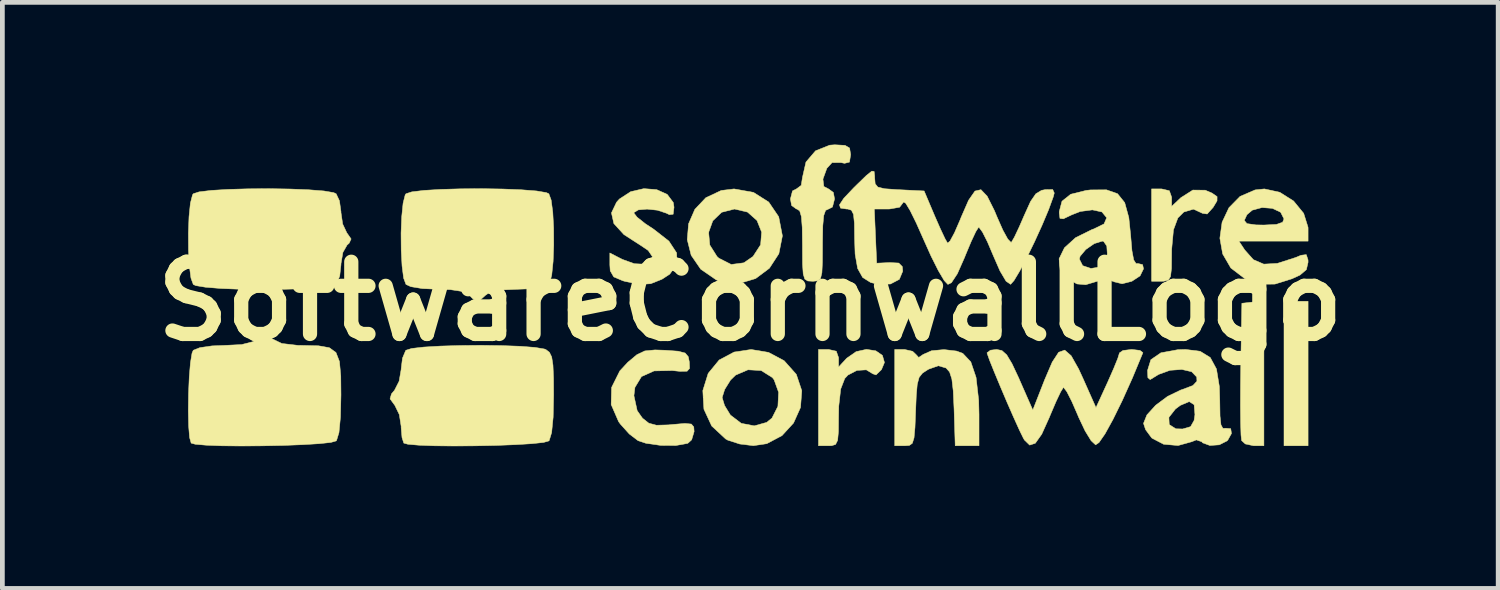
<source format=kicad_pcb>
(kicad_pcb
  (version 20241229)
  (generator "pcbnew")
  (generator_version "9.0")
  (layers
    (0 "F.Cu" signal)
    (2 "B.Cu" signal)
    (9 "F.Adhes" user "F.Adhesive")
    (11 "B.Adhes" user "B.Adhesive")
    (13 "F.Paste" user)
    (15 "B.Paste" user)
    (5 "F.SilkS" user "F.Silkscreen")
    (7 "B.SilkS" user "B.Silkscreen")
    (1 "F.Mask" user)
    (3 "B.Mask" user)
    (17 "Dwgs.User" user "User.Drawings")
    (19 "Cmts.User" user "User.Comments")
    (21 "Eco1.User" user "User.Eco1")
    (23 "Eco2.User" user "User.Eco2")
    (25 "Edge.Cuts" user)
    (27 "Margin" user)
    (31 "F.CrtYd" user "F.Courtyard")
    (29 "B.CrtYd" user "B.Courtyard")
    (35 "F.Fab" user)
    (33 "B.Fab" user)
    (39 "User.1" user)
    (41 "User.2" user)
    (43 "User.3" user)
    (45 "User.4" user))
  (footprint "SoftwareCornwallLogo"
    (layer "F.Cu")
    (at 12.78 3.307)
    (property "Reference" "SoftwareCornwallLogo" (at 0 0 0) (layer "F.SilkS") (effects (font (size 1.524 1.524) (thickness 0.3))))
    (attr through_hole)
    (fp_poly (pts (xy 11.769 3.048) (xy 11.261 3.048) (xy 11.261 0) (xy 11.769 0) (xy 11.769 3.048)) (stroke (width 0.01) (type solid)) (fill yes) (layer "F.SilkS"))
    (fp_poly (pts (xy 10.837 3.048) (xy 10.623 3.048) (xy 10.445 3.01) (xy 10.367 2.939) (xy 10.354 2.821) (xy 10.346 2.565) (xy 10.342 2.201) (xy 10.344 1.76) (xy 10.348 1.436) (xy 10.372 0.042) (xy 10.604 0.016) (xy 10.837 -0.011) (xy 10.837 3.048)) (stroke (width 0.01) (type solid)) (fill yes) (layer "F.SilkS"))
    (fp_poly (pts (xy 2.649 1.045) (xy 2.788 1.141) (xy 2.831 1.291) (xy 2.768 1.442) (xy 2.653 1.553) (xy 2.586 1.53) (xy 2.448 1.446) (xy 2.249 1.458) (xy 2.06 1.557) (xy 1.994 1.628) (xy 1.908 1.85) (xy 1.867 2.213) (xy 1.863 2.432) (xy 1.86 2.749) (xy 1.843 2.933) (xy 1.8 3.02) (xy 1.718 3.046) (xy 1.651 3.048) (xy 1.439 3.048) (xy 1.439 1.016) (xy 1.651 1.016) (xy 1.815 1.053) (xy 1.863 1.19) (xy 1.863 1.201) (xy 1.863 1.387) (xy 2.035 1.201) (xy 2.234 1.062) (xy 2.451 1.014) (xy 2.649 1.045)) (stroke (width 0.01) (type solid)) (fill yes) (layer "F.SilkS"))
    (fp_poly (pts (xy 8.842 -2.333) (xy 8.89 -2.197) (xy 8.89 -2.187) (xy 8.89 -2.002) (xy 9.086 -2.187) (xy 9.338 -2.347) (xy 9.599 -2.344) (xy 9.742 -2.283) (xy 9.849 -2.209) (xy 9.848 -2.119) (xy 9.766 -1.982) (xy 9.64 -1.842) (xy 9.54 -1.856) (xy 9.538 -1.858) (xy 9.351 -1.944) (xy 9.148 -1.884) (xy 9.022 -1.759) (xy 8.929 -1.508) (xy 8.891 -1.097) (xy 8.89 -0.997) (xy 8.887 -0.694) (xy 8.867 -0.522) (xy 8.818 -0.445) (xy 8.726 -0.424) (xy 8.678 -0.423) (xy 8.467 -0.423) (xy 8.467 -2.371) (xy 8.678 -2.371) (xy 8.842 -2.333)) (stroke (width 0.01) (type solid)) (fill yes) (layer "F.SilkS"))
    (fp_poly (pts (xy 0.067 -2.298) (xy 0.389 -2.094) (xy 0.6 -1.783) (xy 0.677 -1.384) (xy 0.677 -1.377) (xy 0.603 -1.004) (xy 0.403 -0.697) (xy 0.113 -0.48) (xy -0.232 -0.376) (xy -0.597 -0.408) (xy -0.72 -0.453) (xy -1.045 -0.677) (xy -1.247 -0.971) (xy -1.33 -1.301) (xy -1.317 -1.454) (xy -0.879 -1.454) (xy -0.854 -1.187) (xy -0.701 -0.944) (xy -0.664 -0.91) (xy -0.402 -0.777) (xy -0.136 -0.812) (xy 0.058 -0.946) (xy 0.218 -1.192) (xy 0.24 -1.459) (xy 0.142 -1.704) (xy -0.058 -1.882) (xy -0.333 -1.947) (xy -0.604 -1.878) (xy -0.791 -1.698) (xy -0.879 -1.454) (xy -1.317 -1.454) (xy -1.302 -1.635) (xy -1.169 -1.941) (xy -0.937 -2.186) (xy -0.613 -2.338) (xy -0.343 -2.371) (xy 0.067 -2.298)) (stroke (width 0.01) (type solid)) (fill yes) (layer "F.SilkS"))
    (fp_poly (pts (xy 3.425 1.055) (xy 3.496 1.122) (xy 3.553 1.185) (xy 3.647 1.122) (xy 3.825 1.043) (xy 4.087 1.019) (xy 4.352 1.05) (xy 4.484 1.099) (xy 4.653 1.278) (xy 4.764 1.606) (xy 4.819 2.088) (xy 4.826 2.383) (xy 4.826 3.048) (xy 4.324 3.048) (xy 4.3 2.274) (xy 4.282 1.889) (xy 4.253 1.639) (xy 4.205 1.491) (xy 4.133 1.41) (xy 4.127 1.406) (xy 3.968 1.36) (xy 3.769 1.43) (xy 3.746 1.442) (xy 3.634 1.515) (xy 3.563 1.604) (xy 3.523 1.751) (xy 3.502 1.994) (xy 3.489 2.31) (xy 3.475 2.664) (xy 3.455 2.882) (xy 3.419 2.996) (xy 3.356 3.041) (xy 3.256 3.048) (xy 3.048 3.048) (xy 3.048 1.016) (xy 3.253 1.016) (xy 3.425 1.055)) (stroke (width 0.01) (type solid)) (fill yes) (layer "F.SilkS"))
    (fp_poly (pts (xy -1.796 1.033) (xy -1.521 1.053) (xy -1.373 1.092) (xy -1.308 1.169) (xy -1.286 1.281) (xy -1.281 1.416) (xy -1.333 1.475) (xy -1.485 1.478) (xy -1.645 1.461) (xy -2.03 1.469) (xy -2.295 1.588) (xy -2.434 1.817) (xy -2.455 1.992) (xy -2.386 2.308) (xy -2.275 2.466) (xy -2.141 2.572) (xy -1.98 2.615) (xy -1.73 2.608) (xy -1.64 2.599) (xy -1.378 2.577) (xy -1.243 2.59) (xy -1.192 2.651) (xy -1.185 2.749) (xy -1.237 2.923) (xy -1.319 2.997) (xy -1.568 3.042) (xy -1.891 3.04) (xy -2.2 2.996) (xy -2.368 2.94) (xy -2.552 2.8) (xy -2.741 2.59) (xy -2.778 2.539) (xy -2.935 2.178) (xy -2.926 1.817) (xy -2.753 1.47) (xy -2.584 1.287) (xy -2.393 1.127) (xy -2.225 1.047) (xy -2.011 1.026) (xy -1.796 1.033)) (stroke (width 0.01) (type solid)) (fill yes) (layer "F.SilkS"))
    (fp_poly (pts (xy -10.165 0.727) (xy -10.09 0.791) (xy -9.885 0.89) (xy -9.545 0.93) (xy -9.449 0.931) (xy -9.11 0.939) (xy -8.882 0.979) (xy -8.742 1.08) (xy -8.668 1.27) (xy -8.64 1.576) (xy -8.636 1.976) (xy -8.647 2.445) (xy -8.678 2.769) (xy -8.729 2.936) (xy -8.738 2.946) (xy -8.85 2.978) (xy -9.096 3.004) (xy -9.443 3.025) (xy -9.856 3.041) (xy -10.301 3.05) (xy -10.743 3.053) (xy -11.148 3.049) (xy -11.482 3.036) (xy -11.711 3.016) (xy -11.797 2.992) (xy -11.83 2.874) (xy -11.85 2.632) (xy -11.857 2.309) (xy -11.852 1.949) (xy -11.837 1.598) (xy -11.812 1.298) (xy -11.778 1.093) (xy -11.752 1.033) (xy -11.613 0.978) (xy -11.357 0.941) (xy -11.102 0.931) (xy -10.732 0.913) (xy -10.495 0.853) (xy -10.4 0.791) (xy -10.27 0.698) (xy -10.165 0.727)) (stroke (width 0.01) (type solid)) (fill yes) (layer "F.SilkS"))
    (fp_poly (pts (xy 0.384 1.078) (xy 0.714 1.253) (xy 0.97 1.54) (xy 0.972 1.544) (xy 1.087 1.887) (xy 1.06 2.24) (xy 0.913 2.568) (xy 0.669 2.834) (xy 0.348 3.004) (xy 0.065 3.046) (xy -0.222 3.011) (xy -0.476 2.929) (xy -0.519 2.905) (xy -0.814 2.631) (xy -0.978 2.277) (xy -0.993 2.032) (xy -0.593 2.032) (xy -0.543 2.198) (xy -0.422 2.396) (xy -0.417 2.402) (xy -0.19 2.575) (xy 0.084 2.628) (xy 0.346 2.555) (xy 0.458 2.464) (xy 0.583 2.216) (xy 0.598 1.92) (xy 0.503 1.657) (xy 0.465 1.608) (xy 0.23 1.461) (xy -0.048 1.445) (xy -0.309 1.557) (xy -0.417 1.662) (xy -0.54 1.86) (xy -0.593 2.028) (xy -0.593 2.032) (xy -0.993 2.032) (xy -1.001 1.884) (xy -0.888 1.521) (xy -0.656 1.238) (xy -0.341 1.071) (xy 0.019 1.017) (xy 0.384 1.078)) (stroke (width 0.01) (type solid)) (fill yes) (layer "F.SilkS"))
    (fp_poly (pts (xy -5.224 -2.369) (xy -4.827 -2.353) (xy -4.509 -2.328) (xy -4.303 -2.293) (xy -4.25 -2.269) (xy -4.201 -2.135) (xy -4.167 -1.879) (xy -4.149 -1.547) (xy -4.147 -1.185) (xy -4.16 -0.839) (xy -4.189 -0.555) (xy -4.234 -0.38) (xy -4.25 -0.356) (xy -4.389 -0.3) (xy -4.65 -0.264) (xy -4.917 -0.254) (xy -5.282 -0.238) (xy -5.504 -0.186) (xy -5.588 -0.127) (xy -5.705 -0.021) (xy -5.757 0) (xy -5.858 -0.057) (xy -5.927 -0.127) (xy -6.064 -0.206) (xy -6.327 -0.246) (xy -6.597 -0.254) (xy -6.921 -0.269) (xy -7.162 -0.309) (xy -7.264 -0.356) (xy -7.314 -0.489) (xy -7.347 -0.745) (xy -7.365 -1.078) (xy -7.368 -1.44) (xy -7.354 -1.786) (xy -7.325 -2.07) (xy -7.281 -2.245) (xy -7.264 -2.269) (xy -7.141 -2.309) (xy -6.884 -2.34) (xy -6.528 -2.361) (xy -6.11 -2.373) (xy -5.663 -2.376) (xy -5.224 -2.369)) (stroke (width 0.01) (type solid)) (fill yes) (layer "F.SilkS"))
    (fp_poly (pts (xy -1.975 -2.356) (xy -1.753 -2.256) (xy -1.624 -2.084) (xy -1.609 -1.984) (xy -1.627 -1.837) (xy -1.707 -1.828) (xy -1.772 -1.86) (xy -1.96 -1.922) (xy -2.177 -1.945) (xy -2.362 -1.929) (xy -2.453 -1.874) (xy -2.455 -1.862) (xy -2.389 -1.775) (xy -2.216 -1.638) (xy -2.036 -1.519) (xy -1.717 -1.27) (xy -1.554 -1.021) (xy -1.547 -0.783) (xy -1.7 -0.572) (xy -1.864 -0.465) (xy -2.1 -0.371) (xy -2.334 -0.356) (xy -2.638 -0.419) (xy -2.688 -0.433) (xy -2.881 -0.515) (xy -2.955 -0.644) (xy -2.963 -0.767) (xy -2.963 -1.02) (xy -2.704 -0.886) (xy -2.447 -0.793) (xy -2.238 -0.783) (xy -2.101 -0.838) (xy -2.064 -0.94) (xy -2.153 -1.072) (xy -2.288 -1.164) (xy -2.666 -1.408) (xy -2.878 -1.64) (xy -2.929 -1.865) (xy -2.821 -2.091) (xy -2.761 -2.158) (xy -2.523 -2.313) (xy -2.246 -2.377) (xy -1.975 -2.356)) (stroke (width 0.01) (type solid)) (fill yes) (layer "F.SilkS"))
    (fp_poly (pts (xy -9.711 -2.369) (xy -9.315 -2.353) (xy -8.996 -2.328) (xy -8.791 -2.293) (xy -8.738 -2.269) (xy -8.668 -2.12) (xy -8.636 -1.893) (xy -8.636 -1.874) (xy -8.6 -1.63) (xy -8.512 -1.443) (xy -8.507 -1.437) (xy -8.422 -1.315) (xy -8.464 -1.225) (xy -8.507 -1.187) (xy -8.596 -1.03) (xy -8.636 -0.791) (xy -8.636 -0.769) (xy -8.662 -0.535) (xy -8.726 -0.369) (xy -8.738 -0.356) (xy -8.861 -0.316) (xy -9.118 -0.285) (xy -9.474 -0.264) (xy -9.892 -0.252) (xy -10.339 -0.249) (xy -10.778 -0.255) (xy -11.175 -0.271) (xy -11.493 -0.297) (xy -11.699 -0.331) (xy -11.752 -0.356) (xy -11.801 -0.489) (xy -11.835 -0.745) (xy -11.853 -1.078) (xy -11.855 -1.44) (xy -11.842 -1.786) (xy -11.813 -2.07) (xy -11.768 -2.245) (xy -11.752 -2.269) (xy -11.628 -2.309) (xy -11.371 -2.34) (xy -11.016 -2.361) (xy -10.597 -2.373) (xy -10.15 -2.376) (xy -9.711 -2.369)) (stroke (width 0.01) (type solid)) (fill yes) (layer "F.SilkS"))
    (fp_poly (pts (xy -5.246 0.935) (xy -4.855 0.949) (xy -4.544 0.973) (xy -4.346 1.006) (xy -4.312 1.019) (xy -4.238 1.076) (xy -4.19 1.174) (xy -4.163 1.346) (xy -4.151 1.625) (xy -4.149 1.976) (xy -4.159 2.445) (xy -4.191 2.769) (xy -4.242 2.936) (xy -4.25 2.946) (xy -4.362 2.978) (xy -4.609 3.004) (xy -4.956 3.025) (xy -5.369 3.041) (xy -5.814 3.05) (xy -6.256 3.053) (xy -6.661 3.049) (xy -6.995 3.036) (xy -7.224 3.016) (xy -7.31 2.992) (xy -7.348 2.876) (xy -7.366 2.668) (xy -7.366 2.638) (xy -7.405 2.39) (xy -7.5 2.194) (xy -7.506 2.187) (xy -7.6 2.058) (xy -7.57 1.953) (xy -7.506 1.877) (xy -7.409 1.686) (xy -7.366 1.438) (xy -7.366 1.428) (xy -7.338 1.2) (xy -7.271 1.04) (xy -7.264 1.033) (xy -7.144 0.995) (xy -6.89 0.966) (xy -6.538 0.945) (xy -6.123 0.933) (xy -5.68 0.929) (xy -5.246 0.935)) (stroke (width 0.01) (type solid)) (fill yes) (layer "F.SilkS"))
    (fp_poly (pts (xy 11.172 -2.3) (xy 11.463 -2.116) (xy 11.676 -1.856) (xy 11.768 -1.562) (xy 11.769 -1.532) (xy 11.769 -1.27) (xy 10.309 -1.27) (xy 10.432 -1.084) (xy 10.615 -0.878) (xy 10.835 -0.784) (xy 11.121 -0.8) (xy 11.504 -0.923) (xy 11.62 -0.971) (xy 11.731 -0.985) (xy 11.768 -0.873) (xy 11.769 -0.823) (xy 11.733 -0.668) (xy 11.598 -0.553) (xy 11.428 -0.475) (xy 11.069 -0.363) (xy 10.77 -0.36) (xy 10.463 -0.465) (xy 10.431 -0.48) (xy 10.139 -0.703) (xy 9.967 -0.999) (xy 9.908 -1.332) (xy 9.955 -1.669) (xy 9.973 -1.706) (xy 10.423 -1.706) (xy 10.479 -1.639) (xy 10.669 -1.612) (xy 10.837 -1.609) (xy 11.102 -1.622) (xy 11.232 -1.668) (xy 11.261 -1.738) (xy 11.19 -1.879) (xy 11.016 -1.961) (xy 10.797 -1.978) (xy 10.592 -1.923) (xy 10.479 -1.827) (xy 10.423 -1.706) (xy 9.973 -1.706) (xy 10.099 -1.974) (xy 10.334 -2.213) (xy 10.651 -2.35) (xy 10.847 -2.371) (xy 11.172 -2.3)) (stroke (width 0.01) (type solid)) (fill yes) (layer "F.SilkS"))
    (fp_poly (pts (xy 2 -3.29) (xy 2.095 -3.234) (xy 2.117 -3.102) (xy 2.117 -3.089) (xy 2.093 -2.937) (xy 1.989 -2.911) (xy 1.912 -2.927) (xy 1.725 -2.926) (xy 1.616 -2.807) (xy 1.533 -2.579) (xy 1.552 -2.422) (xy 1.651 -2.371) (xy 1.753 -2.297) (xy 1.778 -2.159) (xy 1.734 -1.989) (xy 1.651 -1.947) (xy 1.589 -1.918) (xy 1.55 -1.809) (xy 1.53 -1.593) (xy 1.524 -1.241) (xy 1.524 -1.185) (xy 1.522 -0.825) (xy 1.511 -0.601) (xy 1.482 -0.481) (xy 1.425 -0.433) (xy 1.331 -0.423) (xy 1.312 -0.423) (xy 1.212 -0.429) (xy 1.15 -0.469) (xy 1.117 -0.576) (xy 1.103 -0.781) (xy 1.101 -1.118) (xy 1.101 -1.185) (xy 1.096 -1.557) (xy 1.078 -1.789) (xy 1.042 -1.909) (xy 0.983 -1.947) (xy 0.974 -1.947) (xy 0.872 -2.021) (xy 0.847 -2.159) (xy 0.891 -2.329) (xy 0.974 -2.371) (xy 1.075 -2.446) (xy 1.101 -2.613) (xy 1.175 -2.938) (xy 1.377 -3.175) (xy 1.675 -3.294) (xy 1.784 -3.302) (xy 2 -3.29)) (stroke (width 0.01) (type solid)) (fill yes) (layer "F.SilkS"))
    (fp_poly (pts (xy 7.749 -2.27) (xy 7.9 -2.082) (xy 7.987 -1.765) (xy 8.024 -1.407) (xy 8.053 -1.067) (xy 8.09 -0.872) (xy 8.14 -0.795) (xy 8.182 -0.797) (xy 8.278 -0.773) (xy 8.297 -0.685) (xy 8.224 -0.536) (xy 8.05 -0.422) (xy 7.845 -0.37) (xy 7.677 -0.411) (xy 7.673 -0.415) (xy 7.509 -0.469) (xy 7.328 -0.425) (xy 7.077 -0.35) (xy 6.893 -0.366) (xy 6.708 -0.47) (xy 6.538 -0.667) (xy 6.516 -0.891) (xy 6.943 -0.891) (xy 7.013 -0.752) (xy 7.187 -0.693) (xy 7.401 -0.729) (xy 7.492 -0.83) (xy 7.533 -0.999) (xy 7.522 -1.167) (xy 7.454 -1.265) (xy 7.427 -1.27) (xy 7.257 -1.217) (xy 7.079 -1.093) (xy 6.959 -0.95) (xy 6.943 -0.891) (xy 6.516 -0.891) (xy 6.515 -0.895) (xy 6.628 -1.128) (xy 6.863 -1.342) (xy 7.208 -1.513) (xy 7.249 -1.527) (xy 7.464 -1.633) (xy 7.519 -1.76) (xy 7.518 -1.765) (xy 7.42 -1.885) (xy 7.218 -1.929) (xy 6.962 -1.895) (xy 6.779 -1.823) (xy 6.605 -1.74) (xy 6.534 -1.749) (xy 6.519 -1.862) (xy 6.519 -1.892) (xy 6.577 -2.112) (xy 6.76 -2.258) (xy 7.085 -2.339) (xy 7.179 -2.35) (xy 7.515 -2.352) (xy 7.749 -2.27)) (stroke (width 0.01) (type solid)) (fill yes) (layer "F.SilkS"))
    (fp_poly (pts (xy 8.222 1.036) (xy 8.284 1.083) (xy 8.283 1.087) (xy 8.063 1.617) (xy 7.849 2.093) (xy 7.652 2.494) (xy 7.485 2.797) (xy 7.357 2.981) (xy 7.286 3.029) (xy 7.192 2.942) (xy 7.065 2.735) (xy 6.928 2.446) (xy 6.907 2.395) (xy 6.784 2.113) (xy 6.68 1.909) (xy 6.613 1.82) (xy 6.605 1.82) (xy 6.549 1.91) (xy 6.451 2.116) (xy 6.331 2.397) (xy 6.309 2.451) (xy 6.15 2.803) (xy 6.014 2.995) (xy 5.895 3.034) (xy 5.784 2.926) (xy 5.763 2.89) (xy 5.678 2.716) (xy 5.557 2.449) (xy 5.417 2.13) (xy 5.275 1.796) (xy 5.147 1.488) (xy 5.049 1.244) (xy 4.999 1.103) (xy 4.995 1.086) (xy 5.068 1.032) (xy 5.197 1.016) (xy 5.309 1.039) (xy 5.41 1.129) (xy 5.522 1.316) (xy 5.669 1.629) (xy 5.68 1.656) (xy 5.961 2.295) (xy 6.211 1.656) (xy 6.371 1.283) (xy 6.507 1.075) (xy 6.635 1.03) (xy 6.77 1.148) (xy 6.928 1.428) (xy 7.021 1.63) (xy 7.294 2.244) (xy 7.542 1.703) (xy 7.665 1.424) (xy 7.754 1.205) (xy 7.789 1.091) (xy 7.789 1.089) (xy 7.863 1.038) (xy 8.042 1.016) (xy 8.05 1.016) (xy 8.222 1.036)) (stroke (width 0.01) (type solid)) (fill yes) (layer "F.SilkS"))
    (fp_poly (pts (xy 9.492 1.055) (xy 9.705 1.186) (xy 9.836 1.428) (xy 9.897 1.8) (xy 9.906 2.095) (xy 9.911 2.42) (xy 9.931 2.606) (xy 9.972 2.681) (xy 10.033 2.679) (xy 10.137 2.687) (xy 10.153 2.789) (xy 10.075 2.929) (xy 10.058 2.946) (xy 9.896 3.028) (xy 9.697 3.042) (xy 9.544 2.986) (xy 9.525 2.963) (xy 9.412 2.924) (xy 9.314 2.963) (xy 9.026 3.043) (xy 8.721 3.016) (xy 8.478 2.889) (xy 8.467 2.879) (xy 8.341 2.709) (xy 8.297 2.576) (xy 8.348 2.449) (xy 8.832 2.449) (xy 8.84 2.602) (xy 8.979 2.69) (xy 9.122 2.694) (xy 9.29 2.645) (xy 9.364 2.514) (xy 9.382 2.392) (xy 9.365 2.182) (xy 9.261 2.116) (xy 9.073 2.196) (xy 8.97 2.273) (xy 8.832 2.449) (xy 8.348 2.449) (xy 8.369 2.397) (xy 8.553 2.194) (xy 8.805 2.006) (xy 9.082 1.872) (xy 9.119 1.86) (xy 9.339 1.777) (xy 9.424 1.686) (xy 9.42 1.598) (xy 9.313 1.486) (xy 9.106 1.438) (xy 8.855 1.456) (xy 8.617 1.542) (xy 8.57 1.571) (xy 8.437 1.652) (xy 8.389 1.612) (xy 8.382 1.458) (xy 8.452 1.232) (xy 8.663 1.087) (xy 9.021 1.021) (xy 9.184 1.016) (xy 9.492 1.055)) (stroke (width 0.01) (type solid)) (fill yes) (layer "F.SilkS"))
    (fp_poly (pts (xy 2.613 -2.74) (xy 2.624 -2.646) (xy 2.625 -2.604) (xy 2.635 -2.48) (xy 2.691 -2.41) (xy 2.832 -2.375) (xy 3.098 -2.356) (xy 3.146 -2.354) (xy 3.668 -2.328) (xy 3.891 -1.802) (xy 4.011 -1.529) (xy 4.109 -1.321) (xy 4.164 -1.226) (xy 4.216 -1.274) (xy 4.309 -1.446) (xy 4.423 -1.708) (xy 4.449 -1.773) (xy 4.606 -2.132) (xy 4.741 -2.326) (xy 4.867 -2.355) (xy 4.998 -2.218) (xy 5.149 -1.917) (xy 5.208 -1.776) (xy 5.329 -1.502) (xy 5.433 -1.313) (xy 5.501 -1.243) (xy 5.51 -1.246) (xy 5.573 -1.354) (xy 5.675 -1.57) (xy 5.784 -1.82) (xy 5.914 -2.107) (xy 6.025 -2.268) (xy 6.146 -2.341) (xy 6.223 -2.356) (xy 6.381 -2.358) (xy 6.414 -2.285) (xy 6.392 -2.201) (xy 6.294 -1.932) (xy 6.157 -1.606) (xy 5.998 -1.257) (xy 5.835 -0.922) (xy 5.684 -0.637) (xy 5.564 -0.437) (xy 5.493 -0.358) (xy 5.397 -0.424) (xy 5.269 -0.64) (xy 5.126 -0.967) (xy 5.004 -1.254) (xy 4.898 -1.463) (xy 4.827 -1.559) (xy 4.816 -1.56) (xy 4.758 -1.469) (xy 4.66 -1.26) (xy 4.542 -0.978) (xy 4.522 -0.927) (xy 4.369 -0.581) (xy 4.244 -0.392) (xy 4.169 -0.356) (xy 4.09 -0.44) (xy 3.967 -0.649) (xy 3.815 -0.952) (xy 3.655 -1.309) (xy 3.502 -1.653) (xy 3.372 -1.916) (xy 3.278 -2.071) (xy 3.234 -2.096) (xy 3.233 -2.093) (xy 3.151 -1.985) (xy 2.943 -1.948) (xy 2.911 -1.947) (xy 2.617 -1.947) (xy 2.642 -1.376) (xy 2.667 -0.804) (xy 2.942 -0.817) (xy 3.133 -0.807) (xy 3.208 -0.732) (xy 3.217 -0.636) (xy 3.145 -0.463) (xy 2.958 -0.365) (xy 2.699 -0.357) (xy 2.54 -0.397) (xy 2.371 -0.503) (xy 2.265 -0.693) (xy 2.212 -0.996) (xy 2.201 -1.329) (xy 2.197 -1.648) (xy 2.178 -1.834) (xy 2.134 -1.922) (xy 2.056 -1.947) (xy 2.032 -1.947) (xy 1.904 -1.966) (xy 1.882 -2.035) (xy 1.972 -2.172) (xy 2.183 -2.395) (xy 2.244 -2.455) (xy 2.45 -2.655) (xy 2.564 -2.746) (xy 2.613 -2.74)) (stroke (width 0.01) (type solid)) (fill yes) (layer "F.SilkS")))
  (gr_rect
    (start -3 -3)
    (end 28.56 9.365)
    (stroke (width 0.1) (type default))
    (fill no)
    (layer "Edge.Cuts")))
</source>
